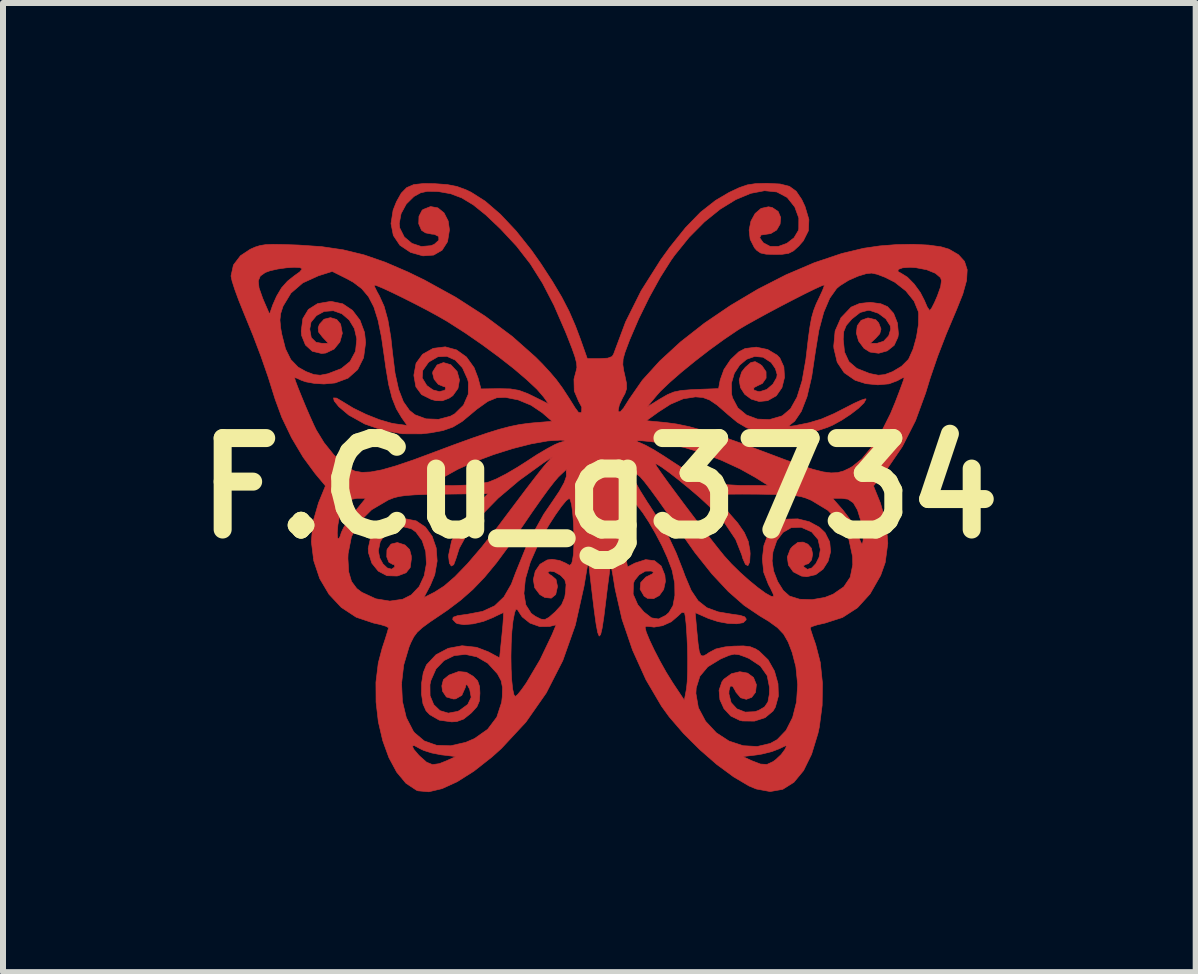
<source format=kicad_pcb>
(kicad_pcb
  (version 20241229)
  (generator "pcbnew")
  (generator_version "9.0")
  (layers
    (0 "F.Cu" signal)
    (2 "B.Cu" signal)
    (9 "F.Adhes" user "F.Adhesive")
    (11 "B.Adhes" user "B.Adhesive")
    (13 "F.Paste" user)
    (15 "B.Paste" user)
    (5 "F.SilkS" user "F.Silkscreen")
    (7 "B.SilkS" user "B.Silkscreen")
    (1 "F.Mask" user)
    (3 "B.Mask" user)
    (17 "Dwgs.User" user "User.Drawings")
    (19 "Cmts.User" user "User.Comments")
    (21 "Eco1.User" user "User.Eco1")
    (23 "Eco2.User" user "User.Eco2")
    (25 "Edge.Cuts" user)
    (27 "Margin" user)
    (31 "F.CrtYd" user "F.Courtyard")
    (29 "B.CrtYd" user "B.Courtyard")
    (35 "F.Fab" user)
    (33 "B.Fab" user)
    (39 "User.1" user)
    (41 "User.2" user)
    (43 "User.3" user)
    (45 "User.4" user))
  (footprint "F.Cu_g3734"
    (layer "F.Cu")
    (at 6.938 5.085)
    (property "Reference" "F.Cu_g3734" (at 0 0 0) (layer "F.SilkS") (effects (font (size 1.524 1.524) (thickness 0.3))))
    (attr through_hole)
    (fp_poly (pts (xy 3.012 -5.069) (xy 3.167 -5.03) (xy 3.28 -4.948) (xy 3.372 -4.812) (xy 3.427 -4.695) (xy 3.492 -4.477) (xy 3.484 -4.29) (xy 3.399 -4.121) (xy 3.324 -4.035) (xy 3.236 -3.955) (xy 3.154 -3.913) (xy 3.046 -3.897) (xy 2.928 -3.895) (xy 2.779 -3.899) (xy 2.687 -3.919) (xy 2.623 -3.963) (xy 2.585 -4.006) (xy 2.513 -4.148) (xy 2.496 -4.302) (xy 2.526 -4.45) (xy 2.595 -4.576) (xy 2.695 -4.662) (xy 2.818 -4.689) (xy 2.881 -4.677) (xy 2.98 -4.611) (xy 3.022 -4.511) (xy 3.012 -4.4) (xy 2.955 -4.302) (xy 2.856 -4.242) (xy 2.793 -4.233) (xy 2.694 -4.218) (xy 2.673 -4.172) (xy 2.73 -4.092) (xy 2.734 -4.088) (xy 2.846 -4.029) (xy 2.985 -4.029) (xy 3.125 -4.08) (xy 3.244 -4.172) (xy 3.317 -4.295) (xy 3.323 -4.318) (xy 3.324 -4.501) (xy 3.257 -4.685) (xy 3.135 -4.838) (xy 3.127 -4.846) (xy 2.957 -4.936) (xy 2.753 -4.957) (xy 2.523 -4.913) (xy 2.274 -4.809) (xy 2.014 -4.649) (xy 1.752 -4.438) (xy 1.495 -4.179) (xy 1.252 -3.878) (xy 1.192 -3.793) (xy 1.015 -3.513) (xy 0.832 -3.181) (xy 0.657 -2.824) (xy 0.505 -2.471) (xy 0.487 -2.423) (xy 0.427 -2.263) (xy 0.396 -2.152) (xy 0.391 -2.059) (xy 0.407 -1.954) (xy 0.423 -1.887) (xy 0.452 -1.749) (xy 0.454 -1.657) (xy 0.426 -1.574) (xy 0.385 -1.5) (xy 0.333 -1.388) (xy 0.314 -1.298) (xy 0.317 -1.278) (xy 0.347 -1.27) (xy 0.406 -1.337) (xy 0.415 -1.352) (xy 0.794 -1.352) (xy 1.018 -1.491) (xy 1.138 -1.56) (xy 1.243 -1.603) (xy 1.364 -1.628) (xy 1.529 -1.641) (xy 1.614 -1.645) (xy 1.987 -1.659) (xy 2.014 -1.804) (xy 2.077 -1.978) (xy 2.187 -2.142) (xy 2.323 -2.271) (xy 2.429 -2.327) (xy 2.616 -2.35) (xy 2.804 -2.311) (xy 2.962 -2.217) (xy 3.008 -2.169) (xy 3.075 -2.021) (xy 3.086 -1.846) (xy 3.043 -1.675) (xy 2.95 -1.541) (xy 2.945 -1.537) (xy 2.805 -1.458) (xy 2.663 -1.444) (xy 2.531 -1.484) (xy 2.423 -1.564) (xy 2.352 -1.675) (xy 2.33 -1.802) (xy 2.371 -1.935) (xy 2.432 -2.013) (xy 2.524 -2.093) (xy 2.596 -2.109) (xy 2.679 -2.064) (xy 2.711 -2.039) (xy 2.778 -1.941) (xy 2.779 -1.834) (xy 2.717 -1.745) (xy 2.645 -1.711) (xy 2.573 -1.674) (xy 2.576 -1.634) (xy 2.648 -1.61) (xy 2.677 -1.609) (xy 2.79 -1.645) (xy 2.892 -1.733) (xy 2.956 -1.844) (xy 2.963 -1.893) (xy 2.934 -1.992) (xy 2.864 -2.093) (xy 2.859 -2.097) (xy 2.728 -2.182) (xy 2.589 -2.195) (xy 2.455 -2.148) (xy 2.338 -2.05) (xy 2.249 -1.914) (xy 2.201 -1.749) (xy 2.204 -1.567) (xy 2.219 -1.506) (xy 2.307 -1.339) (xy 2.452 -1.219) (xy 2.634 -1.151) (xy 2.835 -1.143) (xy 3.036 -1.201) (xy 3.054 -1.21) (xy 3.186 -1.323) (xy 3.294 -1.516) (xy 3.379 -1.789) (xy 3.441 -2.142) (xy 3.453 -2.241) (xy 3.483 -2.5) (xy 3.51 -2.694) (xy 3.537 -2.841) (xy 3.571 -2.96) (xy 3.614 -3.071) (xy 3.669 -3.186) (xy 3.72 -3.297) (xy 3.747 -3.37) (xy 3.747 -3.387) (xy 3.692 -3.367) (xy 3.579 -3.315) (xy 3.42 -3.237) (xy 3.23 -3.14) (xy 3.024 -3.033) (xy 2.817 -2.923) (xy 2.623 -2.817) (xy 2.456 -2.724) (xy 2.331 -2.65) (xy 2.307 -2.635) (xy 2.081 -2.482) (xy 1.838 -2.306) (xy 1.595 -2.118) (xy 1.367 -1.932) (xy 1.17 -1.76) (xy 1.019 -1.616) (xy 0.966 -1.557) (xy 0.794 -1.352) (xy 0.415 -1.352) (xy 0.495 -1.479) (xy 0.499 -1.485) (xy 0.716 -1.798) (xy 1.006 -2.118) (xy 1.354 -2.438) (xy 1.751 -2.749) (xy 2.184 -3.043) (xy 2.641 -3.315) (xy 3.11 -3.555) (xy 3.244 -3.612) (xy 4.974 -3.612) (xy 5.034 -3.578) (xy 5.134 -3.516) (xy 5.246 -3.402) (xy 5.349 -3.261) (xy 5.422 -3.119) (xy 5.423 -3.114) (xy 5.465 -3.017) (xy 5.501 -2.966) (xy 5.507 -2.963) (xy 5.537 -2.999) (xy 5.585 -3.093) (xy 5.632 -3.201) (xy 5.688 -3.358) (xy 5.701 -3.459) (xy 5.686 -3.508) (xy 5.6 -3.581) (xy 5.455 -3.64) (xy 5.276 -3.674) (xy 5.178 -3.681) (xy 5.055 -3.672) (xy 4.983 -3.646) (xy 4.974 -3.612) (xy 3.244 -3.612) (xy 3.58 -3.756) (xy 4.038 -3.91) (xy 4.405 -3.998) (xy 4.672 -4.037) (xy 4.954 -4.059) (xy 5.233 -4.064) (xy 5.487 -4.051) (xy 5.695 -4.022) (xy 5.826 -3.983) (xy 5.984 -3.891) (xy 6.085 -3.78) (xy 6.13 -3.64) (xy 6.12 -3.461) (xy 6.056 -3.232) (xy 5.955 -2.98) (xy 5.781 -2.568) (xy 5.638 -2.198) (xy 5.515 -1.839) (xy 5.438 -1.587) (xy 5.269 -1.125) (xy 5.049 -0.692) (xy 4.79 -0.313) (xy 4.781 -0.301) (xy 4.568 -0.037) (xy 4.683 0.246) (xy 4.78 0.58) (xy 4.807 0.917) (xy 4.764 1.239) (xy 4.688 1.454) (xy 4.512 1.762) (xy 4.301 1.994) (xy 4.052 2.155) (xy 3.763 2.248) (xy 3.631 2.278) (xy 3.541 2.307) (xy 3.514 2.325) (xy 3.527 2.376) (xy 3.562 2.483) (xy 3.605 2.605) (xy 3.682 2.904) (xy 3.718 3.25) (xy 3.713 3.618) (xy 3.666 3.981) (xy 3.644 4.084) (xy 3.537 4.434) (xy 3.403 4.707) (xy 3.242 4.902) (xy 3.056 5.019) (xy 2.846 5.056) (xy 2.614 5.013) (xy 2.494 4.963) (xy 2.237 4.811) (xy 1.956 4.604) (xy 1.806 4.473) (xy 2.392 4.473) (xy 2.54 4.542) (xy 2.686 4.598) (xy 2.794 4.604) (xy 2.895 4.557) (xy 2.937 4.526) (xy 3.03 4.439) (xy 3.093 4.354) (xy 3.118 4.302) (xy 3.103 4.293) (xy 3.032 4.326) (xy 2.998 4.343) (xy 2.872 4.391) (xy 2.71 4.431) (xy 2.625 4.445) (xy 2.392 4.473) (xy 1.806 4.473) (xy 1.672 4.356) (xy 1.402 4.087) (xy 1.165 3.812) (xy 1.036 3.634) (xy 0.776 3.191) (xy 0.553 2.698) (xy 0.425 2.322) (xy 0.762 2.322) (xy 0.782 2.4) (xy 0.837 2.533) (xy 0.916 2.7) (xy 1.011 2.883) (xy 1.112 3.064) (xy 1.21 3.222) (xy 1.217 3.234) (xy 1.416 3.533) (xy 1.452 3.343) (xy 1.464 3.225) (xy 1.471 3.047) (xy 1.472 2.835) (xy 1.468 2.639) (xy 1.458 2.436) (xy 1.446 2.262) (xy 1.432 2.136) (xy 1.42 2.077) (xy 1.419 2.076) (xy 1.376 2.069) (xy 1.308 2.133) (xy 1.198 2.227) (xy 1.054 2.292) (xy 0.911 2.316) (xy 0.847 2.307) (xy 0.78 2.302) (xy 0.762 2.322) (xy 0.425 2.322) (xy 0.378 2.185) (xy 0.263 1.681) (xy 0.251 1.608) (xy 0.226 1.452) (xy 0.205 1.341) (xy 0.19 1.29) (xy 0.186 1.291) (xy 0.176 1.347) (xy 0.16 1.47) (xy 0.137 1.642) (xy 0.112 1.847) (xy 0.108 1.88) (xy 0.075 2.148) (xy 0.046 2.335) (xy 0.021 2.441) (xy -0.003 2.465) (xy -0.027 2.407) (xy -0.054 2.266) (xy -0.085 2.041) (xy -0.112 1.82) (xy -0.184 1.21) (xy -0.256 1.637) (xy -0.4 2.282) (xy -0.609 2.873) (xy -0.884 3.412) (xy -1.224 3.899) (xy -1.632 4.338) (xy -1.79 4.48) (xy -2.09 4.716) (xy -2.37 4.893) (xy -2.622 5.008) (xy -2.842 5.06) (xy -3.021 5.044) (xy -3.048 5.034) (xy -3.223 4.918) (xy -3.377 4.733) (xy -3.507 4.491) (xy -3.578 4.296) (xy -3.117 4.296) (xy -3.094 4.35) (xy -3.013 4.446) (xy -2.994 4.465) (xy -2.879 4.567) (xy -2.78 4.607) (xy -2.667 4.591) (xy -2.549 4.544) (xy -2.392 4.473) (xy -2.634 4.444) (xy -2.79 4.414) (xy -2.927 4.371) (xy -2.987 4.342) (xy -3.081 4.291) (xy -3.117 4.296) (xy -3.578 4.296) (xy -3.61 4.207) (xy -3.683 3.894) (xy -3.721 3.565) (xy -3.723 3.254) (xy -3.296 3.254) (xy -3.282 3.553) (xy -3.217 3.823) (xy -3.103 4.045) (xy -3.08 4.076) (xy -2.919 4.212) (xy -2.714 4.285) (xy -2.478 4.293) (xy -2.227 4.236) (xy -2.083 4.174) (xy -1.862 4.019) (xy -1.709 3.816) (xy -1.628 3.568) (xy -1.618 3.478) (xy -1.614 3.322) (xy -1.636 3.21) (xy -1.692 3.105) (xy -1.701 3.091) (xy -1.86 2.917) (xy -2.042 2.811) (xy -2.233 2.77) (xy -2.42 2.791) (xy -2.588 2.873) (xy -2.722 3.012) (xy -2.808 3.207) (xy -2.823 3.276) (xy -2.821 3.459) (xy -2.76 3.607) (xy -2.655 3.708) (xy -2.517 3.749) (xy -2.361 3.72) (xy -2.332 3.706) (xy -2.193 3.604) (xy -2.136 3.485) (xy -2.161 3.352) (xy -2.162 3.35) (xy -2.201 3.278) (xy -2.222 3.278) (xy -2.234 3.323) (xy -2.292 3.453) (xy -2.394 3.511) (xy -2.431 3.514) (xy -2.549 3.48) (xy -2.614 3.383) (xy -2.625 3.295) (xy -2.599 3.192) (xy -2.509 3.118) (xy -2.5 3.113) (xy -2.345 3.056) (xy -2.216 3.068) (xy -2.101 3.136) (xy -2.028 3.211) (xy -1.996 3.306) (xy -1.99 3.416) (xy -1.999 3.547) (xy -2.04 3.643) (xy -2.131 3.743) (xy -2.141 3.752) (xy -2.26 3.847) (xy -2.374 3.889) (xy -2.461 3.895) (xy -2.668 3.866) (xy -2.826 3.775) (xy -2.888 3.71) (xy -2.939 3.595) (xy -2.964 3.431) (xy -2.962 3.248) (xy -2.934 3.075) (xy -2.881 2.945) (xy -2.722 2.776) (xy -2.519 2.669) (xy -2.288 2.626) (xy -2.047 2.652) (xy -1.853 2.726) (xy -1.662 2.828) (xy -1.66 2.806) (xy -1.473 2.806) (xy -1.47 3.015) (xy -1.46 3.203) (xy -1.444 3.352) (xy -1.422 3.446) (xy -1.4 3.471) (xy -1.361 3.439) (xy -1.293 3.354) (xy -1.217 3.246) (xy -0.989 2.861) (xy -0.793 2.451) (xy -0.788 2.44) (xy -0.72 2.277) (xy -0.83 2.305) (xy -0.993 2.307) (xy -1.156 2.249) (xy -1.286 2.145) (xy -1.31 2.11) (xy -1.362 2.029) (xy -1.389 2.016) (xy -1.409 2.066) (xy -1.414 2.083) (xy -1.439 2.213) (xy -1.458 2.388) (xy -1.469 2.591) (xy -1.473 2.806) (xy -1.66 2.806) (xy -1.624 2.451) (xy -1.608 2.285) (xy -1.599 2.156) (xy -1.597 2.084) (xy -1.599 2.074) (xy -1.641 2.092) (xy -1.731 2.135) (xy -1.77 2.155) (xy -1.931 2.22) (xy -2.101 2.261) (xy -2.255 2.275) (xy -2.367 2.258) (xy -2.392 2.243) (xy -2.444 2.188) (xy -2.436 2.151) (xy -2.361 2.124) (xy -2.209 2.103) (xy -2.2 2.102) (xy -1.944 2.053) (xy -1.745 1.961) (xy -1.59 1.813) (xy -1.556 1.754) (xy -1.257 1.754) (xy -1.225 1.946) (xy -1.136 2.086) (xy -1.067 2.136) (xy -0.975 2.182) (xy -0.909 2.19) (xy -0.841 2.154) (xy -0.742 2.067) (xy -0.736 2.062) (xy -0.63 1.945) (xy -0.577 1.82) (xy -0.563 1.73) (xy -0.555 1.605) (xy -0.576 1.527) (xy -0.637 1.462) (xy -0.654 1.448) (xy -0.749 1.394) (xy -0.826 1.382) (xy -0.831 1.384) (xy -0.861 1.409) (xy -0.819 1.445) (xy -0.796 1.457) (xy -0.722 1.521) (xy -0.699 1.631) (xy -0.699 1.647) (xy -0.727 1.773) (xy -0.801 1.833) (xy -0.909 1.822) (xy -0.992 1.773) (xy -1.078 1.659) (xy -1.1 1.522) (xy -1.068 1.384) (xy -0.989 1.268) (xy -0.87 1.197) (xy -0.79 1.185) (xy -0.663 1.205) (xy -0.564 1.248) (xy -0.497 1.286) (xy -0.465 1.263) (xy -0.45 1.216) (xy -0.432 1.105) (xy -0.424 0.951) (xy -0.424 0.921) (xy 0.426 0.921) (xy 0.431 1.075) (xy 0.441 1.16) (xy 0.47 1.313) (xy 0.592 1.249) (xy 0.771 1.191) (xy 0.92 1.209) (xy 1.031 1.298) (xy 1.092 1.45) (xy 1.101 1.555) (xy 1.072 1.689) (xy 1 1.789) (xy 0.903 1.842) (xy 0.801 1.836) (xy 0.745 1.798) (xy 0.679 1.684) (xy 0.69 1.572) (xy 0.774 1.482) (xy 0.809 1.465) (xy 0.89 1.425) (xy 0.899 1.398) (xy 0.866 1.381) (xy 0.767 1.383) (xy 0.664 1.443) (xy 0.586 1.539) (xy 0.568 1.588) (xy 0.563 1.766) (xy 0.64 1.942) (xy 0.742 2.063) (xy 0.87 2.162) (xy 0.986 2.18) (xy 1.106 2.12) (xy 1.159 2.073) (xy 1.227 1.958) (xy 1.259 1.787) (xy 1.256 1.586) (xy 1.215 1.378) (xy 1.206 1.349) (xy 1.134 1.16) (xy 1.043 0.959) (xy 0.938 0.759) (xy 0.829 0.571) (xy 0.723 0.409) (xy 0.627 0.285) (xy 0.551 0.212) (xy 0.5 0.203) (xy 0.498 0.205) (xy 0.475 0.267) (xy 0.455 0.392) (xy 0.439 0.558) (xy 0.429 0.741) (xy 0.426 0.921) (xy -0.424 0.921) (xy -0.424 0.771) (xy -0.431 0.587) (xy -0.444 0.416) (xy -0.462 0.277) (xy -0.485 0.191) (xy -0.503 0.171) (xy -0.552 0.208) (xy -0.631 0.303) (xy -0.729 0.441) (xy -0.835 0.605) (xy -0.938 0.781) (xy -1.013 0.921) (xy -1.151 1.235) (xy -1.233 1.514) (xy -1.257 1.754) (xy -1.556 1.754) (xy -1.467 1.6) (xy -1.395 1.409) (xy -1.195 0.916) (xy -0.928 0.436) (xy -0.778 0.217) (xy -0.665 0.049) (xy -0.586 -0.093) (xy -0.551 -0.192) (xy -0.55 -0.204) (xy -0.55 -0.269) (xy 0.549 -0.269) (xy 0.55 -0.218) (xy 0.594 -0.113) (xy 0.679 0.04) (xy 0.802 0.237) (xy 0.831 0.28) (xy 1.014 0.564) (xy 1.158 0.819) (xy 1.28 1.079) (xy 1.398 1.38) (xy 1.427 1.46) (xy 1.53 1.704) (xy 1.646 1.877) (xy 1.791 1.992) (xy 1.982 2.062) (xy 2.195 2.098) (xy 2.343 2.119) (xy 2.422 2.144) (xy 2.447 2.179) (xy 2.445 2.196) (xy 2.397 2.242) (xy 2.289 2.26) (xy 2.142 2.254) (xy 1.978 2.224) (xy 1.816 2.171) (xy 1.801 2.164) (xy 1.597 2.074) (xy 1.626 2.393) (xy 1.646 2.594) (xy 1.665 2.722) (xy 1.691 2.786) (xy 1.729 2.798) (xy 1.786 2.77) (xy 1.826 2.741) (xy 1.941 2.68) (xy 2.096 2.645) (xy 2.235 2.633) (xy 2.4 2.629) (xy 2.513 2.642) (xy 2.605 2.679) (xy 2.663 2.716) (xy 2.812 2.86) (xy 2.918 3.048) (xy 2.977 3.257) (xy 2.984 3.465) (xy 2.933 3.65) (xy 2.894 3.715) (xy 2.762 3.825) (xy 2.585 3.882) (xy 2.386 3.88) (xy 2.34 3.87) (xy 2.19 3.797) (xy 2.077 3.675) (xy 2.009 3.525) (xy 1.995 3.368) (xy 2.043 3.226) (xy 2.076 3.183) (xy 2.202 3.092) (xy 2.341 3.059) (xy 2.47 3.082) (xy 2.569 3.155) (xy 2.617 3.274) (xy 2.603 3.402) (xy 2.539 3.486) (xy 2.449 3.519) (xy 2.355 3.493) (xy 2.277 3.401) (xy 2.271 3.386) (xy 2.221 3.301) (xy 2.182 3.298) (xy 2.161 3.375) (xy 2.159 3.428) (xy 2.196 3.573) (xy 2.292 3.678) (xy 2.43 3.732) (xy 2.591 3.725) (xy 2.653 3.704) (xy 2.753 3.646) (xy 2.809 3.564) (xy 2.833 3.435) (xy 2.836 3.323) (xy 2.797 3.125) (xy 2.683 2.963) (xy 2.496 2.839) (xy 2.436 2.814) (xy 2.33 2.776) (xy 2.25 2.766) (xy 2.166 2.785) (xy 2.043 2.837) (xy 2.015 2.85) (xy 1.807 2.977) (xy 1.675 3.135) (xy 1.614 3.331) (xy 1.609 3.42) (xy 1.65 3.658) (xy 1.77 3.884) (xy 1.95 4.077) (xy 2.162 4.215) (xy 2.396 4.292) (xy 2.632 4.305) (xy 2.849 4.254) (xy 2.963 4.191) (xy 3.112 4.036) (xy 3.221 3.821) (xy 3.286 3.562) (xy 3.305 3.275) (xy 3.275 2.976) (xy 3.214 2.74) (xy 3.147 2.565) (xy 3.072 2.434) (xy 2.969 2.325) (xy 2.82 2.217) (xy 2.675 2.13) (xy 2.412 1.953) (xy 2.149 1.722) (xy 1.877 1.431) (xy 1.592 1.073) (xy 1.287 0.641) (xy 1.283 0.635) (xy 1.13 0.411) (xy 0.984 0.204) (xy 0.854 0.026) (xy 0.751 -0.108) (xy 0.684 -0.185) (xy 0.682 -0.188) (xy 0.593 -0.261) (xy 0.549 -0.269) (xy -0.55 -0.269) (xy -0.55 -0.312) (xy -0.681 -0.188) (xy -0.746 -0.113) (xy -0.848 0.018) (xy -0.975 0.193) (xy -1.119 0.398) (xy -1.263 0.609) (xy -1.504 0.96) (xy -1.717 1.248) (xy -1.914 1.486) (xy -2.108 1.688) (xy -2.309 1.865) (xy -2.53 2.032) (xy -2.646 2.111) (xy -2.827 2.233) (xy -2.952 2.325) (xy -3.036 2.402) (xy -3.093 2.479) (xy -3.14 2.572) (xy -3.171 2.646) (xy -3.26 2.945) (xy -3.296 3.254) (xy -3.723 3.254) (xy -3.723 3.234) (xy -3.684 2.914) (xy -3.619 2.667) (xy -3.569 2.516) (xy -3.532 2.397) (xy -3.514 2.331) (xy -3.514 2.326) (xy -3.552 2.303) (xy -3.65 2.273) (xy -3.763 2.248) (xy -4.052 2.151) (xy -4.301 1.987) (xy -4.505 1.769) (xy -4.66 1.507) (xy -4.759 1.211) (xy -4.764 1.173) (xy -4.19 1.173) (xy -4.177 1.395) (xy -4.13 1.555) (xy -4.043 1.672) (xy -3.958 1.736) (xy -3.724 1.844) (xy -3.491 1.882) (xy -3.277 1.851) (xy -3.134 1.779) (xy -3.003 1.641) (xy -2.919 1.461) (xy -2.882 1.26) (xy -2.893 1.058) (xy -2.952 0.875) (xy -3.058 0.73) (xy -3.135 0.676) (xy -3.282 0.64) (xy -3.43 0.673) (xy -3.56 0.761) (xy -3.651 0.891) (xy -3.683 1.043) (xy -3.661 1.161) (xy -3.606 1.262) (xy -3.534 1.33) (xy -3.461 1.35) (xy -3.408 1.312) (xy -3.417 1.276) (xy -3.445 1.27) (xy -3.508 1.234) (xy -3.543 1.145) (xy -3.54 1.036) (xy -3.536 1.018) (xy -3.471 0.932) (xy -3.366 0.906) (xy -3.245 0.945) (xy -3.236 0.95) (xy -3.162 1.023) (xy -3.134 1.129) (xy -3.133 1.181) (xy -3.152 1.323) (xy -3.221 1.41) (xy -3.356 1.461) (xy -3.374 1.464) (xy -3.54 1.459) (xy -3.684 1.383) (xy -3.791 1.251) (xy -3.847 1.078) (xy -3.852 1.005) (xy -3.813 0.828) (xy -3.705 0.679) (xy -3.542 0.571) (xy -3.337 0.514) (xy -3.243 0.508) (xy -3.053 0.545) (xy -2.899 0.648) (xy -2.786 0.803) (xy -2.719 0.996) (xy -2.703 1.214) (xy -2.743 1.443) (xy -2.817 1.621) (xy -2.925 1.824) (xy -2.744 1.732) (xy -2.586 1.631) (xy -2.406 1.475) (xy -2.199 1.261) (xy -1.961 0.983) (xy -1.689 0.639) (xy -1.527 0.423) (xy -1.362 0.204) (xy -1.208 -0.000394) (xy -1.073 -0.176) (xy -0.967 -0.311) (xy -0.901 -0.392) (xy -0.895 -0.399) (xy -0.889 -0.405) (xy 0.931 -0.405) (xy 0.956 -0.362) (xy 1.024 -0.263) (xy 1.126 -0.12) (xy 1.255 0.055) (xy 1.401 0.251) (xy 1.556 0.456) (xy 1.71 0.659) (xy 1.857 0.848) (xy 1.986 1.012) (xy 2.08 1.128) (xy 2.202 1.263) (xy 2.346 1.404) (xy 2.497 1.539) (xy 2.643 1.658) (xy 2.769 1.75) (xy 2.862 1.802) (xy 2.907 1.806) (xy 2.897 1.764) (xy 2.854 1.673) (xy 2.817 1.604) (xy 2.739 1.402) (xy 2.716 1.178) (xy 2.742 0.956) (xy 2.816 0.757) (xy 2.933 0.605) (xy 2.968 0.577) (xy 3.122 0.516) (xy 3.308 0.512) (xy 3.498 0.559) (xy 3.668 0.652) (xy 3.761 0.741) (xy 3.839 0.896) (xy 3.854 1.06) (xy 3.813 1.217) (xy 3.728 1.35) (xy 3.605 1.442) (xy 3.456 1.476) (xy 3.368 1.465) (xy 3.232 1.395) (xy 3.151 1.282) (xy 3.132 1.148) (xy 3.182 1.016) (xy 3.217 0.974) (xy 3.309 0.903) (xy 3.396 0.899) (xy 3.474 0.933) (xy 3.534 1.001) (xy 3.554 1.099) (xy 3.537 1.195) (xy 3.485 1.259) (xy 3.443 1.27) (xy 3.403 1.292) (xy 3.408 1.312) (xy 3.467 1.353) (xy 3.54 1.33) (xy 3.609 1.257) (xy 3.662 1.15) (xy 3.683 1.024) (xy 3.683 1.023) (xy 3.645 0.855) (xy 3.538 0.729) (xy 3.37 0.655) (xy 3.353 0.652) (xy 3.196 0.659) (xy 3.06 0.738) (xy 2.956 0.876) (xy 2.893 1.062) (xy 2.879 1.213) (xy 2.904 1.381) (xy 2.971 1.555) (xy 3.064 1.704) (xy 3.169 1.798) (xy 3.338 1.851) (xy 3.545 1.858) (xy 3.758 1.821) (xy 3.896 1.767) (xy 4.074 1.644) (xy 4.181 1.484) (xy 4.223 1.277) (xy 4.22 1.14) (xy 4.156 0.844) (xy 4.018 0.585) (xy 3.809 0.37) (xy 3.535 0.204) (xy 3.454 0.169) (xy 3.887 0.169) (xy 4.061 0.367) (xy 4.172 0.514) (xy 4.268 0.68) (xy 4.308 0.773) (xy 4.351 0.888) (xy 4.375 0.931) (xy 4.389 0.908) (xy 4.396 0.866) (xy 4.394 0.752) (xy 4.373 0.607) (xy 4.361 0.555) (xy 4.302 0.364) (xy 4.233 0.245) (xy 4.144 0.184) (xy 4.038 0.169) (xy 3.887 0.169) (xy 3.454 0.169) (xy 3.448 0.167) (xy 3.362 0.141) (xy 3.259 0.123) (xy 3.124 0.111) (xy 2.94 0.105) (xy 2.693 0.101) (xy 2.614 0.1) (xy 2.38 0.099) (xy 2.178 0.1) (xy 2.023 0.104) (xy 1.928 0.11) (xy 1.905 0.115) (xy 1.932 0.154) (xy 2.003 0.239) (xy 2.105 0.352) (xy 2.138 0.389) (xy 2.306 0.581) (xy 2.416 0.74) (xy 2.481 0.886) (xy 2.509 1.037) (xy 2.513 1.092) (xy 2.505 1.232) (xy 2.476 1.292) (xy 2.435 1.271) (xy 2.389 1.168) (xy 2.374 1.113) (xy 2.272 0.855) (xy 2.089 0.582) (xy 1.826 0.297) (xy 1.668 0.151) (xy 1.49 -0.000417) (xy 1.319 -0.14) (xy 1.166 -0.259) (xy 1.042 -0.349) (xy 0.96 -0.4) (xy 0.931 -0.405) (xy -0.889 -0.405) (xy -0.783 -0.522) (xy -0.931 -0.422) (xy -1.337 -0.128) (xy -1.686 0.167) (xy -1.971 0.458) (xy -2.189 0.738) (xy -2.335 1.003) (xy -2.39 1.177) (xy -2.427 1.276) (xy -2.467 1.298) (xy -2.499 1.25) (xy -2.512 1.138) (xy -2.511 1.111) (xy -2.462 0.88) (xy -2.332 0.634) (xy -2.122 0.37) (xy -2.087 0.333) (xy -1.856 0.091) (xy -2.59 0.1) (xy -2.865 0.104) (xy -3.072 0.111) (xy -3.224 0.122) (xy -3.337 0.138) (xy -3.427 0.161) (xy -3.508 0.193) (xy -3.516 0.196) (xy -3.795 0.36) (xy -4 0.564) (xy -4.131 0.808) (xy -4.187 1.093) (xy -4.19 1.173) (xy -4.764 1.173) (xy -4.799 0.894) (xy -4.787 0.746) (xy -4.368 0.746) (xy -4.363 0.827) (xy -4.344 0.848) (xy -4.317 0.797) (xy -4.301 0.742) (xy -4.261 0.656) (xy -4.183 0.534) (xy -4.084 0.403) (xy -3.894 0.169) (xy -4.041 0.169) (xy -4.167 0.195) (xy -4.258 0.278) (xy -4.321 0.426) (xy -4.357 0.611) (xy -4.368 0.746) (xy -4.787 0.746) (xy -4.773 0.567) (xy -4.68 0.245) (xy -4.564 -0.039) (xy -4.569 -0.044) (xy -2.815 -0.044) (xy -2.431 -0.043) (xy -2.215 -0.051) (xy -2.01 -0.071) (xy -1.85 -0.101) (xy -1.837 -0.105) (xy -1.714 -0.155) (xy -1.547 -0.241) (xy -1.36 -0.351) (xy -1.219 -0.441) (xy -1.043 -0.556) (xy -0.877 -0.654) (xy -0.743 -0.726) (xy -0.671 -0.756) (xy -0.586 -0.782) (xy 0.619 -0.782) (xy 0.665 -0.761) (xy 0.675 -0.758) (xy 0.771 -0.715) (xy 0.914 -0.636) (xy 1.081 -0.532) (xy 1.199 -0.454) (xy 1.455 -0.288) (xy 1.673 -0.173) (xy 1.878 -0.099) (xy 2.094 -0.059) (xy 2.346 -0.045) (xy 2.413 -0.045) (xy 2.815 -0.044) (xy 2.603 -0.177) (xy 2.345 -0.321) (xy 2.038 -0.463) (xy 1.718 -0.586) (xy 1.429 -0.674) (xy 1.289 -0.706) (xy 1.133 -0.735) (xy 0.977 -0.76) (xy 0.833 -0.778) (xy 0.717 -0.789) (xy 0.64 -0.791) (xy 0.619 -0.782) (xy -0.586 -0.782) (xy -0.584 -0.783) (xy -0.573 -0.795) (xy -0.635 -0.8) (xy -0.64 -0.801) (xy -0.861 -0.787) (xy -1.136 -0.738) (xy -1.443 -0.66) (xy -1.763 -0.559) (xy -2.075 -0.442) (xy -2.358 -0.315) (xy -2.582 -0.191) (xy -2.815 -0.044) (xy -4.569 -0.044) (xy -4.736 -0.243) (xy -4.937 -0.517) (xy -5.129 -0.84) (xy -5.292 -1.18) (xy -5.403 -1.482) (xy -5.518 -1.849) (xy -5.637 -2.192) (xy -5.771 -2.545) (xy -5.876 -2.802) (xy -5.323 -2.802) (xy -5.311 -2.67) (xy -5.293 -2.568) (xy -5.23 -2.321) (xy -5.142 -2.143) (xy -5.019 -2.016) (xy -4.889 -1.943) (xy -4.757 -1.893) (xy -4.651 -1.882) (xy -4.526 -1.906) (xy -4.52 -1.908) (xy -4.301 -1.992) (xy -4.154 -2.111) (xy -4.068 -2.272) (xy -4.062 -2.294) (xy -4.042 -2.486) (xy -4.082 -2.66) (xy -4.169 -2.803) (xy -4.29 -2.906) (xy -4.433 -2.957) (xy -4.586 -2.945) (xy -4.714 -2.876) (xy -4.805 -2.766) (xy -4.826 -2.651) (xy -4.801 -2.509) (xy -4.722 -2.431) (xy -4.62 -2.413) (xy -4.515 -2.413) (xy -4.614 -2.518) (xy -4.679 -2.602) (xy -4.686 -2.672) (xy -4.665 -2.73) (xy -4.588 -2.815) (xy -4.481 -2.842) (xy -4.377 -2.811) (xy -4.312 -2.734) (xy -4.283 -2.581) (xy -4.324 -2.436) (xy -4.42 -2.318) (xy -4.557 -2.252) (xy -4.628 -2.244) (xy -4.783 -2.281) (xy -4.898 -2.386) (xy -4.961 -2.542) (xy -4.968 -2.618) (xy -4.941 -2.825) (xy -4.849 -2.978) (xy -4.696 -3.075) (xy -4.484 -3.111) (xy -4.463 -3.111) (xy -4.276 -3.072) (xy -4.114 -2.963) (xy -3.989 -2.799) (xy -3.913 -2.595) (xy -3.895 -2.426) (xy -3.929 -2.174) (xy -4.028 -1.975) (xy -4.188 -1.833) (xy -4.404 -1.753) (xy -4.589 -1.736) (xy -4.75 -1.746) (xy -4.893 -1.772) (xy -4.964 -1.797) (xy -5.044 -1.834) (xy -5.08 -1.841) (xy -5.08 -1.84) (xy -5.064 -1.786) (xy -5.022 -1.675) (xy -4.962 -1.526) (xy -4.893 -1.359) (xy -4.822 -1.195) (xy -4.758 -1.053) (xy -4.718 -0.97) (xy -4.588 -0.758) (xy -4.425 -0.555) (xy -4.253 -0.39) (xy -4.17 -0.329) (xy -4.072 -0.283) (xy -3.955 -0.263) (xy -3.809 -0.27) (xy -3.624 -0.305) (xy -3.39 -0.372) (xy -3.098 -0.471) (xy -2.794 -0.584) (xy -2.423 -0.723) (xy -2.119 -0.833) (xy -1.87 -0.918) (xy -1.664 -0.982) (xy -1.488 -1.028) (xy -1.332 -1.06) (xy -1.183 -1.08) (xy -1.105 -1.088) (xy -0.788 -1.114) (xy -0.799 -1.124) (xy 0.783 -1.124) (xy 1.101 -1.094) (xy 1.288 -1.069) (xy 1.494 -1.026) (xy 1.732 -0.961) (xy 2.012 -0.872) (xy 2.347 -0.754) (xy 2.746 -0.605) (xy 2.752 -0.603) (xy 3.086 -0.477) (xy 3.353 -0.381) (xy 3.564 -0.313) (xy 3.73 -0.271) (xy 3.861 -0.254) (xy 3.97 -0.259) (xy 4.067 -0.285) (xy 4.163 -0.33) (xy 4.216 -0.36) (xy 4.375 -0.489) (xy 4.54 -0.688) (xy 4.702 -0.943) (xy 4.852 -1.242) (xy 4.931 -1.432) (xy 4.995 -1.599) (xy 5.045 -1.734) (xy 5.075 -1.82) (xy 5.08 -1.841) (xy 5.05 -1.837) (xy 4.976 -1.796) (xy 4.968 -1.791) (xy 4.826 -1.738) (xy 4.641 -1.722) (xy 4.443 -1.741) (xy 4.265 -1.797) (xy 4.262 -1.798) (xy 4.08 -1.924) (xy 3.964 -2.098) (xy 3.909 -2.329) (xy 3.906 -2.368) (xy 3.929 -2.619) (xy 4.026 -2.839) (xy 4.194 -3.015) (xy 4.198 -3.018) (xy 4.338 -3.078) (xy 4.515 -3.097) (xy 4.69 -3.073) (xy 4.802 -3.025) (xy 4.904 -2.913) (xy 4.968 -2.751) (xy 4.984 -2.572) (xy 4.976 -2.516) (xy 4.913 -2.38) (xy 4.798 -2.288) (xy 4.655 -2.248) (xy 4.509 -2.268) (xy 4.411 -2.33) (xy 4.32 -2.452) (xy 4.283 -2.584) (xy 4.298 -2.706) (xy 4.362 -2.796) (xy 4.471 -2.836) (xy 4.485 -2.836) (xy 4.606 -2.807) (xy 4.655 -2.754) (xy 4.694 -2.652) (xy 4.673 -2.573) (xy 4.606 -2.499) (xy 4.514 -2.413) (xy 4.627 -2.413) (xy 4.738 -2.449) (xy 4.822 -2.539) (xy 4.856 -2.652) (xy 4.848 -2.706) (xy 4.774 -2.821) (xy 4.65 -2.914) (xy 4.509 -2.961) (xy 4.477 -2.963) (xy 4.347 -2.928) (xy 4.208 -2.819) (xy 4.115 -2.712) (xy 4.073 -2.61) (xy 4.064 -2.483) (xy 4.086 -2.267) (xy 4.159 -2.109) (xy 4.292 -1.995) (xy 4.497 -1.914) (xy 4.523 -1.907) (xy 4.649 -1.882) (xy 4.755 -1.892) (xy 4.888 -1.942) (xy 4.889 -1.943) (xy 5.036 -2.031) (xy 5.146 -2.141) (xy 5.158 -2.159) (xy 5.229 -2.318) (xy 5.285 -2.519) (xy 5.318 -2.726) (xy 5.321 -2.904) (xy 5.316 -2.942) (xy 5.245 -3.117) (xy 5.108 -3.287) (xy 4.923 -3.432) (xy 4.764 -3.513) (xy 4.631 -3.564) (xy 4.538 -3.584) (xy 4.449 -3.575) (xy 4.324 -3.537) (xy 4.309 -3.532) (xy 4.154 -3.464) (xy 4.01 -3.374) (xy 3.954 -3.327) (xy 3.839 -3.165) (xy 3.739 -2.93) (xy 3.659 -2.633) (xy 3.602 -2.285) (xy 3.599 -2.265) (xy 3.538 -1.854) (xy 3.461 -1.525) (xy 3.366 -1.28) (xy 3.255 -1.116) (xy 3.185 -1.061) (xy 3.154 -1.035) (xy 3.195 -1.033) (xy 3.26 -1.042) (xy 3.496 -1.09) (xy 3.701 -1.152) (xy 3.91 -1.242) (xy 4.096 -1.337) (xy 4.246 -1.414) (xy 4.364 -1.467) (xy 4.433 -1.489) (xy 4.445 -1.485) (xy 4.41 -1.421) (xy 4.319 -1.332) (xy 4.189 -1.232) (xy 4.039 -1.133) (xy 3.888 -1.05) (xy 3.799 -1.012) (xy 3.654 -0.964) (xy 3.513 -0.934) (xy 3.349 -0.919) (xy 3.134 -0.916) (xy 3.09 -0.916) (xy 2.824 -0.925) (xy 2.619 -0.953) (xy 2.452 -1.007) (xy 2.301 -1.096) (xy 2.143 -1.227) (xy 2.123 -1.245) (xy 1.963 -1.384) (xy 1.838 -1.469) (xy 1.725 -1.511) (xy 1.604 -1.521) (xy 1.601 -1.521) (xy 1.397 -1.489) (xy 1.186 -1.399) (xy 0.987 -1.271) (xy 0.783 -1.124) (xy -0.799 -1.124) (xy -0.951 -1.256) (xy -1.138 -1.382) (xy -1.353 -1.471) (xy -1.566 -1.513) (xy -1.709 -1.507) (xy -1.859 -1.446) (xy -2.045 -1.313) (xy -2.122 -1.248) (xy -2.287 -1.111) (xy -2.439 -1.019) (xy -2.606 -0.96) (xy -2.813 -0.922) (xy -2.964 -0.905) (xy -3.282 -0.906) (xy -3.605 -0.964) (xy -3.911 -1.07) (xy -4.176 -1.218) (xy -4.342 -1.358) (xy -4.419 -1.454) (xy -4.43 -1.504) (xy -4.379 -1.501) (xy -4.281 -1.443) (xy -4.102 -1.334) (xy -3.887 -1.229) (xy -3.665 -1.141) (xy -3.469 -1.084) (xy -3.41 -1.073) (xy -3.202 -1.045) (xy -3.295 -1.176) (xy -3.383 -1.324) (xy -3.454 -1.502) (xy -3.511 -1.727) (xy -3.559 -2.014) (xy -3.579 -2.16) (xy -3.63 -2.515) (xy -3.688 -2.798) (xy -3.758 -3.02) (xy -3.847 -3.191) (xy -3.959 -3.324) (xy -4.042 -3.387) (xy -3.751 -3.387) (xy -3.744 -3.354) (xy -3.703 -3.271) (xy -3.667 -3.207) (xy -3.587 -3.03) (xy -3.524 -2.803) (xy -3.475 -2.514) (xy -3.448 -2.265) (xy -3.405 -1.917) (xy -3.345 -1.645) (xy -3.266 -1.441) (xy -3.164 -1.296) (xy -3.073 -1.223) (xy -2.888 -1.155) (xy -2.679 -1.147) (xy -2.482 -1.199) (xy -2.41 -1.239) (xy -2.264 -1.383) (xy -2.185 -1.564) (xy -2.182 -1.761) (xy -2.195 -1.815) (xy -2.281 -2.005) (xy -2.401 -2.134) (xy -2.542 -2.197) (xy -2.69 -2.19) (xy -2.834 -2.107) (xy -2.852 -2.09) (xy -2.943 -1.961) (xy -2.952 -1.837) (xy -2.877 -1.713) (xy -2.871 -1.707) (xy -2.773 -1.637) (xy -2.666 -1.609) (xy -2.582 -1.629) (xy -2.561 -1.651) (xy -2.569 -1.688) (xy -2.594 -1.693) (xy -2.684 -1.73) (xy -2.754 -1.816) (xy -2.779 -1.916) (xy -2.774 -1.944) (xy -2.704 -2.053) (xy -2.598 -2.093) (xy -2.478 -2.058) (xy -2.474 -2.056) (xy -2.37 -1.944) (xy -2.331 -1.804) (xy -2.356 -1.662) (xy -2.442 -1.541) (xy -2.505 -1.499) (xy -2.616 -1.456) (xy -2.722 -1.458) (xy -2.799 -1.478) (xy -2.962 -1.559) (xy -3.057 -1.688) (xy -3.09 -1.872) (xy -3.09 -1.888) (xy -3.054 -2.082) (xy -2.946 -2.231) (xy -2.773 -2.328) (xy -2.767 -2.33) (xy -2.568 -2.355) (xy -2.38 -2.304) (xy -2.215 -2.186) (xy -2.087 -2.008) (xy -2.022 -1.838) (xy -1.973 -1.654) (xy -1.668 -1.658) (xy -1.483 -1.654) (xy -1.34 -1.63) (xy -1.197 -1.577) (xy -1.104 -1.532) (xy -0.845 -1.403) (xy -0.929 -1.52) (xy -1.039 -1.648) (xy -1.21 -1.808) (xy -1.427 -1.993) (xy -1.679 -2.19) (xy -1.952 -2.391) (xy -2.234 -2.586) (xy -2.512 -2.764) (xy -2.554 -2.79) (xy -2.694 -2.87) (xy -2.868 -2.965) (xy -3.062 -3.066) (xy -3.258 -3.165) (xy -3.442 -3.255) (xy -3.596 -3.327) (xy -3.706 -3.373) (xy -3.751 -3.387) (xy -4.042 -3.387) (xy -4.1 -3.431) (xy -4.205 -3.489) (xy -4.451 -3.612) (xy -4.682 -3.539) (xy -4.941 -3.421) (xy -5.139 -3.251) (xy -5.269 -3.036) (xy -5.273 -3.027) (xy -5.311 -2.909) (xy -5.323 -2.802) (xy -5.876 -2.802) (xy -5.929 -2.931) (xy -6.009 -3.13) (xy -6.075 -3.309) (xy -6.12 -3.45) (xy -6.121 -3.454) (xy -5.684 -3.454) (xy -5.671 -3.336) (xy -5.611 -3.166) (xy -5.588 -3.111) (xy -5.496 -2.9) (xy -5.443 -3.053) (xy -5.379 -3.198) (xy -5.298 -3.335) (xy -5.297 -3.337) (xy -5.197 -3.449) (xy -5.084 -3.539) (xy -5.078 -3.543) (xy -4.994 -3.603) (xy -4.954 -3.651) (xy -4.953 -3.655) (xy -4.99 -3.676) (xy -5.086 -3.681) (xy -5.217 -3.672) (xy -5.359 -3.652) (xy -5.487 -3.623) (xy -5.567 -3.594) (xy -5.65 -3.535) (xy -5.684 -3.454) (xy -6.121 -3.454) (xy -6.138 -3.534) (xy -6.138 -3.537) (xy -6.098 -3.719) (xy -5.981 -3.873) (xy -5.818 -3.981) (xy -5.735 -4.018) (xy -5.655 -4.043) (xy -5.562 -4.058) (xy -5.438 -4.063) (xy -5.265 -4.06) (xy -5.025 -4.052) (xy -5.023 -4.052) (xy -4.628 -4.025) (xy -4.269 -3.972) (xy -3.923 -3.888) (xy -3.57 -3.766) (xy -3.187 -3.601) (xy -2.914 -3.468) (xy -2.396 -3.183) (xy -1.902 -2.865) (xy -1.451 -2.528) (xy -1.061 -2.182) (xy -0.949 -2.069) (xy -0.82 -1.929) (xy -0.714 -1.804) (xy -0.615 -1.669) (xy -0.506 -1.502) (xy -0.404 -1.339) (xy -0.347 -1.262) (xy -0.307 -1.257) (xy -0.295 -1.273) (xy -0.293 -1.35) (xy -0.346 -1.449) (xy -0.418 -1.619) (xy -0.423 -1.817) (xy -0.387 -1.953) (xy -0.374 -2.01) (xy -0.379 -2.083) (xy -0.405 -2.186) (xy -0.457 -2.334) (xy -0.538 -2.541) (xy -0.566 -2.61) (xy -0.755 -3.045) (xy -0.946 -3.414) (xy -1.15 -3.738) (xy -1.381 -4.035) (xy -1.648 -4.321) (xy -1.891 -4.552) (xy -2.101 -4.721) (xy -2.293 -4.837) (xy -2.48 -4.907) (xy -2.678 -4.942) (xy -2.709 -4.944) (xy -2.865 -4.947) (xy -2.978 -4.922) (xy -3.087 -4.862) (xy -3.089 -4.861) (xy -3.217 -4.735) (xy -3.304 -4.575) (xy -3.335 -4.41) (xy -3.327 -4.337) (xy -3.251 -4.186) (xy -3.123 -4.079) (xy -2.967 -4.027) (xy -2.805 -4.041) (xy -2.749 -4.065) (xy -2.675 -4.132) (xy -2.677 -4.194) (xy -2.751 -4.231) (xy -2.789 -4.233) (xy -2.896 -4.254) (xy -2.963 -4.297) (xy -3.01 -4.406) (xy -3.006 -4.53) (xy -2.955 -4.629) (xy -2.939 -4.643) (xy -2.813 -4.693) (xy -2.691 -4.671) (xy -2.588 -4.587) (xy -2.519 -4.452) (xy -2.498 -4.304) (xy -2.53 -4.107) (xy -2.621 -3.965) (xy -2.761 -3.884) (xy -2.94 -3.871) (xy -3.146 -3.929) (xy -3.324 -4.048) (xy -3.433 -4.211) (xy -3.472 -4.409) (xy -3.437 -4.633) (xy -3.382 -4.772) (xy -3.301 -4.916) (xy -3.211 -5.008) (xy -3.093 -5.059) (xy -2.927 -5.077) (xy -2.742 -5.074) (xy -2.534 -5.059) (xy -2.374 -5.028) (xy -2.224 -4.973) (xy -2.138 -4.932) (xy -1.903 -4.783) (xy -1.65 -4.565) (xy -1.389 -4.288) (xy -1.13 -3.963) (xy -0.976 -3.744) (xy -0.781 -3.444) (xy -0.627 -3.185) (xy -0.504 -2.947) (xy -0.399 -2.705) (xy -0.317 -2.487) (xy -0.201 -2.159) (xy 0.007 -2.159) (xy 0.141 -2.167) (xy 0.212 -2.194) (xy 0.237 -2.233) (xy 0.437 -2.769) (xy 0.696 -3.288) (xy 1.024 -3.807) (xy 1.176 -4.017) (xy 1.437 -4.342) (xy 1.686 -4.598) (xy 1.935 -4.794) (xy 2.162 -4.928) (xy 2.332 -5.008) (xy 2.466 -5.054) (xy 2.603 -5.075) (xy 2.78 -5.08) (xy 2.794 -5.08) (xy 3.012 -5.069)) (stroke (width 0.01) (type solid)) (fill yes) (layer "F.Cu")))
  (gr_rect
    (start -3 -3)
    (end 16.876 13.15)
    (stroke (width 0.1) (type default))
    (fill no)
    (layer "Edge.Cuts")))
</source>
